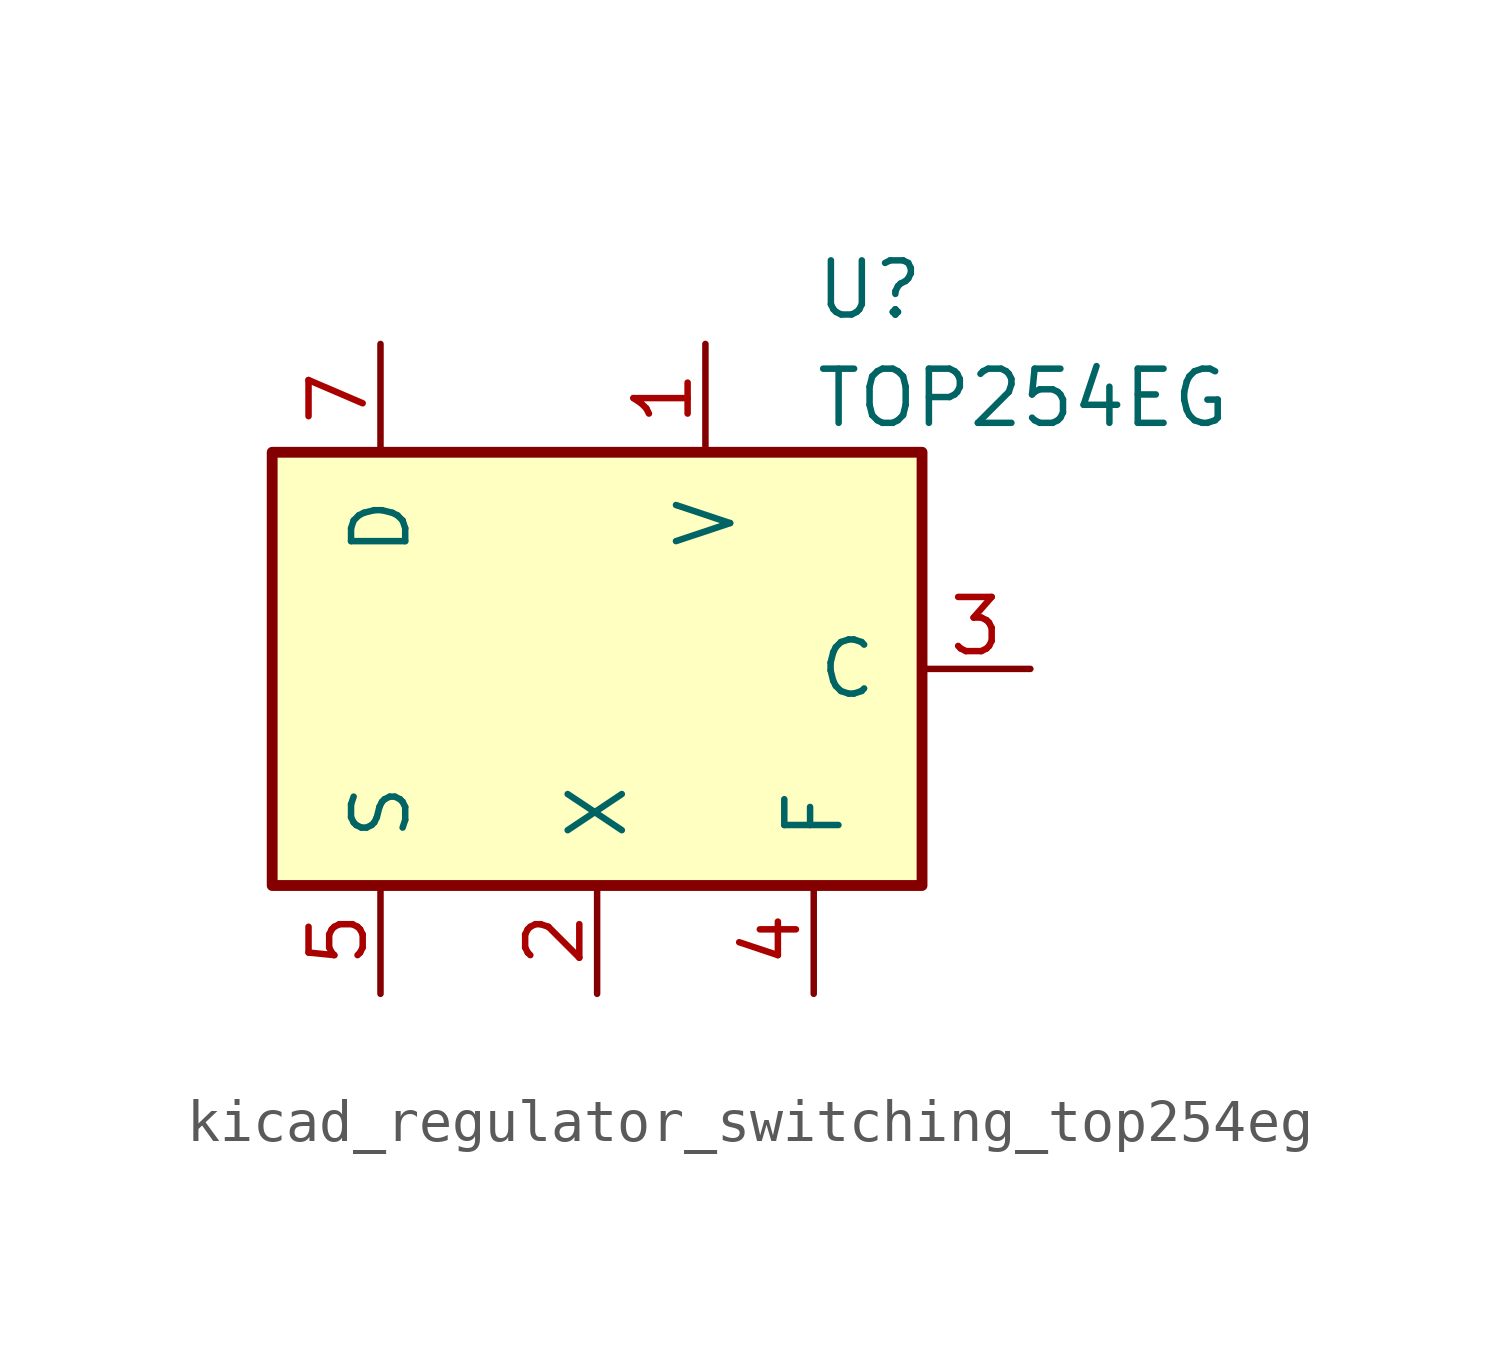
<source format=kicad_sym>
(kicad_symbol_lib
  (version 20220914)
  (generator kicad_symbol_editor)
  (symbol "kicad_regulator_switching_top254eg"
    (pin_names
      (offset 1.016))
    (property "Reference" "U"
      (at 5.08 8.89 0)
      (effects (font (size 1.27 1.27)) (justify left)))
    (property "Value" "TOP254EG"
      (at 5.08 6.35 0)
      (effects (font (size 1.27 1.27)) (justify left)))
    (symbol "kicad_regulator_switching_top254eg_0_1"
      (rectangle (start -7.62 5.08) (end 7.62 -5.08) (stroke (width 0.254) (type default)) (fill (type background))))
    (symbol "kicad_regulator_switching_top254eg_1_1"
      (pin input line (at 2.54 7.62 270) (length 2.54) (name "V" (effects (font (size 1.27 1.27)))) (number "1" (effects (font (size 1.27 1.27)))))
      (pin input line (at 0 -7.62 90) (length 2.54) (name "X" (effects (font (size 1.27 1.27)))) (number "2" (effects (font (size 1.27 1.27)))))
      (pin input line (at 10.16 0 180) (length 2.54) (name "C" (effects (font (size 1.27 1.27)))) (number "3" (effects (font (size 1.27 1.27)))))
      (pin passive line (at 5.08 -7.62 90) (length 2.54) (name "F" (effects (font (size 1.27 1.27)))) (number "4" (effects (font (size 1.27 1.27)))))
      (pin power_in line (at -5.08 -7.62 90) (length 2.54) (name "S" (effects (font (size 1.27 1.27)))) (number "5" (effects (font (size 1.27 1.27)))))
      (pin open_collector line (at -5.08 7.62 270) (length 2.54) (name "D" (effects (font (size 1.27 1.27)))) (number "7" (effects (font (size 1.27 1.27))))))))
</source>
